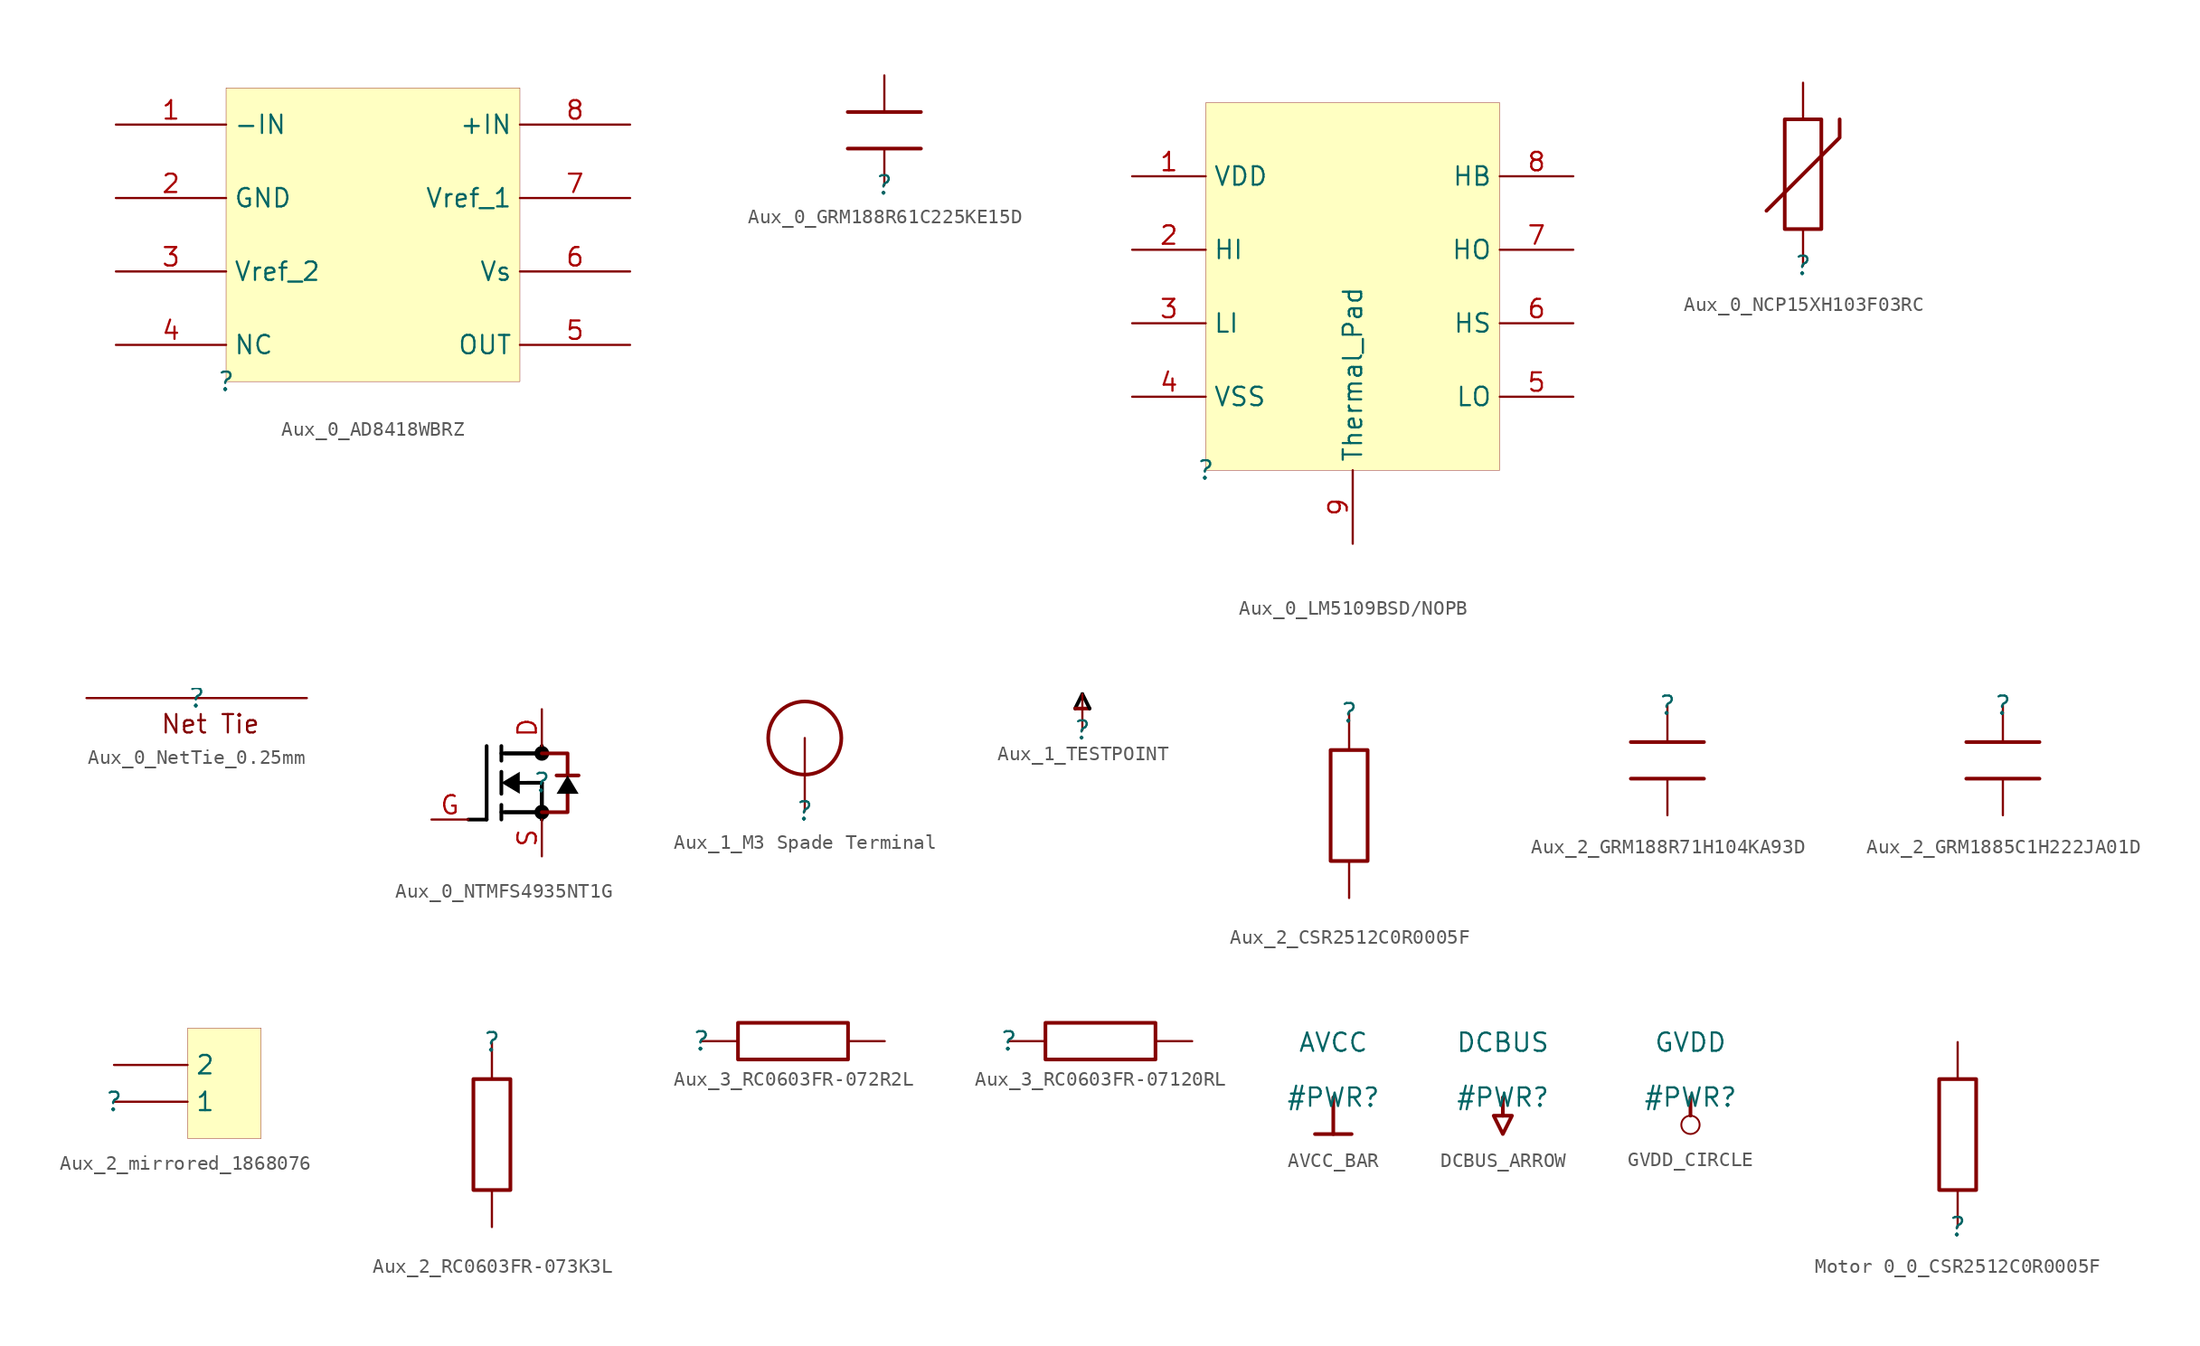
<source format=kicad_sym>
(kicad_symbol_lib
  (version 20231120)
  (generator "kicad_symbol_editor")
  (generator_version "8.0")
  (symbol "Aux_0_AD8418WBRZ"
    (property "Reference" ""
      (at 0 0 0)
      (effects (font (size 1.27 1.27))))
    (property "Value" ""
      (at 0 0 0)
      (effects (font (size 1.27 1.27))))
    (symbol "Aux_0_AD8418WBRZ_1_0"
      (rectangle (start 20.32 20.32) (end 0 0) (stroke (width 0.025) (type solid) (color 128 0 0 1)) (fill (type background)))
      (pin passive line (at -7.62 17.78 0) (length 7.62) (name "-IN" (effects (font (size 1.27 1.27)))) (number "1" (effects (font (size 1.27 1.27)))))
      (pin passive line (at -7.62 12.7 0) (length 7.62) (name "GND" (effects (font (size 1.27 1.27)))) (number "2" (effects (font (size 1.27 1.27)))))
      (pin passive line (at -7.62 7.62 0) (length 7.62) (name "Vref_2" (effects (font (size 1.27 1.27)))) (number "3" (effects (font (size 1.27 1.27)))))
      (pin passive line (at -7.62 2.54 0) (length 7.62) (name "NC" (effects (font (size 1.27 1.27)))) (number "4" (effects (font (size 1.27 1.27)))))
      (pin passive line (at 27.94 2.54 180) (length 7.62) (name "OUT" (effects (font (size 1.27 1.27)))) (number "5" (effects (font (size 1.27 1.27)))))
      (pin passive line (at 27.94 7.62 180) (length 7.62) (name "Vs" (effects (font (size 1.27 1.27)))) (number "6" (effects (font (size 1.27 1.27)))))
      (pin passive line (at 27.94 12.7 180) (length 7.62) (name "Vref_1" (effects (font (size 1.27 1.27)))) (number "7" (effects (font (size 1.27 1.27)))))
      (pin passive line (at 27.94 17.78 180) (length 7.62) (name "+IN" (effects (font (size 1.27 1.27)))) (number "8" (effects (font (size 1.27 1.27)))))))
  (symbol "Aux_0_GRM188R61C225KE15D"
    (property "Reference" ""
      (at 0 0 0)
      (effects (font (size 1.27 1.27))))
    (property "Value" ""
      (at 0 0 0)
      (effects (font (size 1.27 1.27))))
    (symbol "Aux_0_GRM188R61C225KE15D_1_0"
      (polyline (pts (xy -2.54 2.54) (xy 2.54 2.54)) (stroke (width 0.254) (type solid)) (fill (type none)))
      (polyline (pts (xy -2.54 5.08) (xy 2.54 5.08)) (stroke (width 0.254) (type solid)) (fill (type none)))
      (pin passive line (at 0 0 90) (length 2.54) (name "1" (effects (font (size 0 0)))) (number "1" (effects (font (size 0 0)))))
      (pin passive line (at 0 7.62 270) (length 2.54) (name "2" (effects (font (size 0 0)))) (number "2" (effects (font (size 0 0)))))))
  (symbol "Aux_0_LM5109BSD/NOPB"
    (property "Reference" ""
      (at 0 0 0)
      (effects (font (size 1.27 1.27))))
    (property "Value" ""
      (at 0 0 0)
      (effects (font (size 1.27 1.27))))
    (symbol "Aux_0_LM5109BSD/NOPB_1_0"
      (rectangle (start 20.32 25.4) (end 0 0) (stroke (width 0.025) (type solid) (color 128 0 0 1)) (fill (type background)))
      (pin passive line (at -5.08 20.32 0) (length 5.08) (name "VDD" (effects (font (size 1.27 1.27)))) (number "1" (effects (font (size 1.27 1.27)))))
      (pin passive line (at -5.08 15.24 0) (length 5.08) (name "HI" (effects (font (size 1.27 1.27)))) (number "2" (effects (font (size 1.27 1.27)))))
      (pin passive line (at -5.08 10.16 0) (length 5.08) (name "LI" (effects (font (size 1.27 1.27)))) (number "3" (effects (font (size 1.27 1.27)))))
      (pin passive line (at -5.08 5.08 0) (length 5.08) (name "VSS" (effects (font (size 1.27 1.27)))) (number "4" (effects (font (size 1.27 1.27)))))
      (pin passive line (at 25.4 5.08 180) (length 5.08) (name "LO" (effects (font (size 1.27 1.27)))) (number "5" (effects (font (size 1.27 1.27)))))
      (pin passive line (at 25.4 10.16 180) (length 5.08) (name "HS" (effects (font (size 1.27 1.27)))) (number "6" (effects (font (size 1.27 1.27)))))
      (pin passive line (at 25.4 15.24 180) (length 5.08) (name "HO" (effects (font (size 1.27 1.27)))) (number "7" (effects (font (size 1.27 1.27)))))
      (pin passive line (at 25.4 20.32 180) (length 5.08) (name "HB" (effects (font (size 1.27 1.27)))) (number "8" (effects (font (size 1.27 1.27)))))
      (pin passive line (at 10.16 -5.08 90) (length 5.08) (name "Thermal_Pad" (effects (font (size 1.27 1.27)))) (number "9" (effects (font (size 1.27 1.27)))))))
  (symbol "Aux_0_NCP15XH103F03RC"
    (property "Reference" ""
      (at 0 0 0)
      (effects (font (size 1.27 1.27))))
    (property "Value" ""
      (at 0 0 0)
      (effects (font (size 1.27 1.27))))
    (symbol "Aux_0_NCP15XH103F03RC_1_0"
      (polyline (pts (xy -2.54 3.81) (xy 2.54 8.89) (xy 2.54 10.16)) (stroke (width 0.254) (type solid)) (fill (type none)))
      (polyline (pts (xy 1.27 2.54) (xy -1.27 2.54) (xy -1.27 10.16) (xy 1.27 10.16) (xy 1.27 2.54)) (stroke (width 0.254) (type solid)) (fill (type none)))
      (pin passive line (at 0 0 90) (length 2.54) (name "0" (effects (font (size 0 0)))) (number "1" (effects (font (size 0 0)))))
      (pin passive line (at 0 12.7 270) (length 2.54) (name "0" (effects (font (size 0 0)))) (number "2" (effects (font (size 0 0)))))))
  (symbol "Aux_0_NetTie_0.25mm"
    (property "Reference" ""
      (at 0 0 0)
      (effects (font (size 1.27 1.27))))
    (property "Value" ""
      (at 0 0 0)
      (effects (font (size 1.27 1.27))))
    (symbol "Aux_0_NetTie_0.25mm_1_0"
      (text "Net Tie" (at -2.54 -2.54 0) (effects (font (size 1.27 1.27)) (justify left bottom)))
      (pin passive line (at -7.62 0 0) (length 7.62) (name "" (effects (font (size 0 0)))) (number "1" (effects (font (size 0 0)))))
      (pin passive line (at 7.62 0 180) (length 7.62) (name "" (effects (font (size 0 0)))) (number "2" (effects (font (size 0 0)))))))
  (symbol "Aux_0_NTMFS4935NT1G"
    (property "Reference" ""
      (at 0 0 0)
      (effects (font (size 1.27 1.27))))
    (property "Value" ""
      (at 0 0 0)
      (effects (font (size 1.27 1.27))))
    (symbol "Aux_0_NTMFS4935NT1G_1_0"
      (circle (center 0 -2.032) (radius 0.508) (stroke (width -0.0001) (type solid) (color 0 0 0 1)) (fill (type outline)))
      (polyline (pts (xy -5.08 -2.54) (xy -3.81 -2.54)) (stroke (width 0.254) (type solid) (color 0 0 0 1)) (fill (type none)))
      (polyline (pts (xy -3.81 -2.54) (xy -3.81 2.54)) (stroke (width 0.254) (type solid) (color 0 0 0 1)) (fill (type none)))
      (polyline (pts (xy -2.794 -2.032) (xy 0 -2.032)) (stroke (width 0.254) (type solid) (color 0 0 0 1)) (fill (type none)))
      (polyline (pts (xy -2.794 -1.524) (xy -2.794 -2.54)) (stroke (width 0.254) (type solid) (color 0 0 0 1)) (fill (type none)))
      (polyline (pts (xy -2.794 0.762) (xy -2.794 -0.762)) (stroke (width 0.254) (type solid) (color 0 0 0 1)) (fill (type none)))
      (polyline (pts (xy -2.794 2.54) (xy -2.794 1.524)) (stroke (width 0.254) (type solid) (color 0 0 0 1)) (fill (type none)))
      (polyline (pts (xy -2.54 -2.032) (xy -0.254 -2.032)) (stroke (width 0.254) (type solid) (color 0 0 0 1)) (fill (type none)))
      (polyline (pts (xy -1.524 0) (xy 0 0)) (stroke (width 0.254) (type solid) (color 0 0 0 1)) (fill (type none)))
      (polyline (pts (xy -1.016 0) (xy 0 0)) (stroke (width 0.254) (type solid) (color 0 0 0 1)) (fill (type none)))
      (polyline (pts (xy 0 0) (xy 0 -2.54)) (stroke (width 0.254) (type solid) (color 0 0 0 1)) (fill (type none)))
      (polyline (pts (xy 0 0) (xy 0 -2.54)) (stroke (width 0.254) (type solid) (color 0 0 0 1)) (fill (type none)))
      (polyline (pts (xy 0 2.032) (xy -2.794 2.032)) (stroke (width 0.254) (type solid) (color 0 0 0 1)) (fill (type none)))
      (polyline (pts (xy 0 2.032) (xy -2.54 2.032)) (stroke (width 0.254) (type solid) (color 0 0 0 1)) (fill (type none)))
      (polyline (pts (xy 0 2.54) (xy 0 2.032)) (stroke (width 0.254) (type solid) (color 0 0 0 1)) (fill (type none)))
      (polyline (pts (xy 0 2.54) (xy 0 2.032)) (stroke (width 0.254) (type solid) (color 0 0 0 1)) (fill (type none)))
      (polyline (pts (xy 1.016 0.508) (xy 2.54 0.508)) (stroke (width 0.254) (type solid)) (fill (type none)))
      (polyline (pts (xy 0 2.032) (xy 1.778 2.032) (xy 1.778 0.508)) (stroke (width 0.254) (type solid)) (fill (type none)))
      (polyline (pts (xy 1.778 -0.762) (xy 1.778 -2.032) (xy 0 -2.032)) (stroke (width 0.254) (type solid)) (fill (type none)))
      (polyline (pts (xy -1.524 -0.762) (xy -1.524 0.762) (xy -2.794 0) (xy -1.524 -0.762)) (stroke (width -0.0001) (type solid) (color 0 0 0 1)) (fill (type outline)))
      (polyline (pts (xy 2.54 -0.762) (xy 1.016 -0.762) (xy 1.778 0.508) (xy 2.54 -0.762)) (stroke (width -0.0001) (type solid) (color 0 0 0 1)) (fill (type outline)))
      (circle (center 0 2.032) (radius 0.508) (stroke (width -0.0001) (type solid) (color 0 0 0 1)) (fill (type outline)))
      (pin passive line (at 0 5.08 270) (length 2.54) (name "D" (effects (font (size 0 0)))) (number "D" (effects (font (size 1.27 1.27)))))
      (pin passive line (at -7.62 -2.54 0) (length 2.54) (name "G" (effects (font (size 0 0)))) (number "G" (effects (font (size 1.27 1.27)))))
      (pin passive line (at 0 -5.08 90) (length 2.54) (name "S" (effects (font (size 0 0)))) (number "S" (effects (font (size 1.27 1.27)))))))
  (symbol "Aux_1_M3 Spade Terminal"
    (property "Reference" ""
      (at 0 0 0)
      (effects (font (size 1.27 1.27))))
    (property "Value" ""
      (at 0 0 0)
      (effects (font (size 1.27 1.27))))
    (symbol "Aux_1_M3 Spade Terminal_1_0"
      (circle (center 0 5.08) (radius 2.538) (stroke (width 0.254) (type solid)) (fill (type none)))
      (pin passive line (at 0 0 90) (length 5.08) (name "1" (effects (font (size 0 0)))) (number "1" (effects (font (size 0 0)))))))
  (symbol "Aux_1_TESTPOINT"
    (property "Reference" ""
      (at 0 0 0)
      (effects (font (size 1.27 1.27))))
    (property "Value" ""
      (at 0 0 0)
      (effects (font (size 1.27 1.27))))
    (symbol "Aux_1_TESTPOINT_1_0"
      (polyline (pts (xy -0.508 1.524) (xy 0 2.54)) (stroke (width 0.254) (type solid) (color 0 0 0 1)) (fill (type none)))
      (polyline (pts (xy -0.508 1.524) (xy 0.508 1.524)) (stroke (width 0.254) (type solid)) (fill (type none)))
      (polyline (pts (xy 0 2.54) (xy 0.508 1.524)) (stroke (width 0.254) (type solid) (color 0 0 0 1)) (fill (type none)))
      (pin passive line (at 0 0 90) (length 2.54) (name "" (effects (font (size 0 0)))) (number "1" (effects (font (size 0 0)))))))
  (symbol "Aux_2_CSR2512C0R0005F"
    (property "Reference" ""
      (at 0 0 0)
      (effects (font (size 1.27 1.27))))
    (property "Value" ""
      (at 0 0 0)
      (effects (font (size 1.27 1.27))))
    (symbol "Aux_2_CSR2512C0R0005F_1_0"
      (polyline (pts (xy -1.27 -2.54) (xy 1.27 -2.54) (xy 1.27 -10.16) (xy -1.27 -10.16) (xy -1.27 -2.54)) (stroke (width 0.254) (type solid)) (fill (type none)))
      (pin passive line (at 0 0 270) (length 2.54) (name "0" (effects (font (size 0 0)))) (number "1" (effects (font (size 0 0)))))
      (pin passive line (at 0 -12.7 90) (length 2.54) (name "0" (effects (font (size 0 0)))) (number "2" (effects (font (size 0 0)))))))
  (symbol "Aux_2_GRM188R71H104KA93D"
    (property "Reference" ""
      (at 0 0 0)
      (effects (font (size 1.27 1.27))))
    (property "Value" ""
      (at 0 0 0)
      (effects (font (size 1.27 1.27))))
    (symbol "Aux_2_GRM188R71H104KA93D_1_0"
      (polyline (pts (xy 2.54 -5.08) (xy -2.54 -5.08)) (stroke (width 0.254) (type solid)) (fill (type none)))
      (polyline (pts (xy 2.54 -2.54) (xy -2.54 -2.54)) (stroke (width 0.254) (type solid)) (fill (type none)))
      (pin passive line (at 0 0 270) (length 2.54) (name "1" (effects (font (size 0 0)))) (number "1" (effects (font (size 0 0)))))
      (pin passive line (at 0 -7.62 90) (length 2.54) (name "2" (effects (font (size 0 0)))) (number "2" (effects (font (size 0 0)))))))
  (symbol "Aux_2_GRM1885C1H222JA01D"
    (property "Reference" ""
      (at 0 0 0)
      (effects (font (size 1.27 1.27))))
    (property "Value" ""
      (at 0 0 0)
      (effects (font (size 1.27 1.27))))
    (symbol "Aux_2_GRM1885C1H222JA01D_1_0"
      (polyline (pts (xy 2.54 -5.08) (xy -2.54 -5.08)) (stroke (width 0.254) (type solid)) (fill (type none)))
      (polyline (pts (xy 2.54 -2.54) (xy -2.54 -2.54)) (stroke (width 0.254) (type solid)) (fill (type none)))
      (pin passive line (at 0 0 270) (length 2.54) (name "1" (effects (font (size 0 0)))) (number "1" (effects (font (size 0 0)))))
      (pin passive line (at 0 -7.62 90) (length 2.54) (name "2" (effects (font (size 0 0)))) (number "2" (effects (font (size 0 0)))))))
  (symbol "Aux_2_mirrored_1868076"
    (property "Reference" ""
      (at 0 0 0)
      (effects (font (size 1.27 1.27))))
    (property "Value" ""
      (at 0 0 0)
      (effects (font (size 1.27 1.27))))
    (symbol "Aux_2_mirrored_1868076_1_0"
      (rectangle (start 10.16 5.08) (end 5.08 -2.54) (stroke (width 0.025) (type solid) (color 128 0 0 1)) (fill (type background)))
      (pin passive line (at 0 0 0) (length 5.08) (name "1" (effects (font (size 1.27 1.27)))) (number "1" (effects (font (size 0 0)))))
      (pin passive line (at 0 2.54 0) (length 5.08) (name "2" (effects (font (size 1.27 1.27)))) (number "2" (effects (font (size 0 0)))))))
  (symbol "Aux_2_RC0603FR-073K3L"
    (property "Reference" ""
      (at 0 0 0)
      (effects (font (size 1.27 1.27))))
    (property "Value" ""
      (at 0 0 0)
      (effects (font (size 1.27 1.27))))
    (symbol "Aux_2_RC0603FR-073K3L_1_0"
      (polyline (pts (xy -1.27 -2.54) (xy 1.27 -2.54) (xy 1.27 -10.16) (xy -1.27 -10.16) (xy -1.27 -2.54)) (stroke (width 0.254) (type solid)) (fill (type none)))
      (pin passive line (at 0 0 270) (length 2.54) (name "0" (effects (font (size 0 0)))) (number "1" (effects (font (size 0 0)))))
      (pin passive line (at 0 -12.7 90) (length 2.54) (name "0" (effects (font (size 0 0)))) (number "2" (effects (font (size 0 0)))))))
  (symbol "Aux_3_RC0603FR-072R2L"
    (property "Reference" ""
      (at 0 0 0)
      (effects (font (size 1.27 1.27))))
    (property "Value" ""
      (at 0 0 0)
      (effects (font (size 1.27 1.27))))
    (symbol "Aux_3_RC0603FR-072R2L_1_0"
      (polyline (pts (xy 2.54 -1.27) (xy 2.54 1.27) (xy 10.16 1.27) (xy 10.16 -1.27) (xy 2.54 -1.27)) (stroke (width 0.254) (type solid)) (fill (type none)))
      (pin passive line (at 0 0 0) (length 2.54) (name "0" (effects (font (size 0 0)))) (number "1" (effects (font (size 0 0)))))
      (pin passive line (at 12.7 0 180) (length 2.54) (name "0" (effects (font (size 0 0)))) (number "2" (effects (font (size 0 0)))))))
  (symbol "Aux_3_RC0603FR-07120RL"
    (property "Reference" ""
      (at 0 0 0)
      (effects (font (size 1.27 1.27))))
    (property "Value" ""
      (at 0 0 0)
      (effects (font (size 1.27 1.27))))
    (symbol "Aux_3_RC0603FR-07120RL_1_0"
      (polyline (pts (xy 2.54 -1.27) (xy 2.54 1.27) (xy 10.16 1.27) (xy 10.16 -1.27) (xy 2.54 -1.27)) (stroke (width 0.254) (type solid)) (fill (type none)))
      (pin passive line (at 0 0 0) (length 2.54) (name "0" (effects (font (size 0 0)))) (number "1" (effects (font (size 0 0)))))
      (pin passive line (at 12.7 0 180) (length 2.54) (name "0" (effects (font (size 0 0)))) (number "2" (effects (font (size 0 0)))))))
  (symbol "AVCC_BAR"
    (power)
    (property "Reference" "#PWR"
      (at 0 0 0)
      (effects (font (size 1.27 1.27))))
    (property "Value" "AVCC"
      (at 0 3.81 0)
      (effects (font (size 1.27 1.27))))
    (symbol "AVCC_BAR_0_0"
      (polyline (pts (xy -1.27 -2.54) (xy 1.27 -2.54)) (stroke (width 0.254) (type solid)) (fill (type none)))
      (polyline (pts (xy 0 0) (xy 0 -2.54)) (stroke (width 0.254) (type solid)) (fill (type none)))
      (pin power_in line (at 0 0 0) (length 0) hide (name "AVCC" (effects (font (size 1.27 1.27)))) (number "" (effects (font (size 1.27 1.27)))))))
  (symbol "DCBUS_ARROW"
    (power)
    (property "Reference" "#PWR"
      (at 0 0 0)
      (effects (font (size 1.27 1.27))))
    (property "Value" "DCBUS"
      (at 0 3.81 0)
      (effects (font (size 1.27 1.27))))
    (symbol "DCBUS_ARROW_0_0"
      (polyline (pts (xy 0 0) (xy 0 -1.27)) (stroke (width 0.254) (type solid)) (fill (type none)))
      (polyline (pts (xy -0.635 -1.27) (xy 0.635 -1.27) (xy 0 -2.54) (xy -0.635 -1.27)) (stroke (width 0.254) (type solid)) (fill (type none)))
      (pin power_in line (at 0 0 0) (length 0) hide (name "DCBUS" (effects (font (size 1.27 1.27)))) (number "" (effects (font (size 1.27 1.27)))))))
  (symbol "GVDD_CIRCLE"
    (power)
    (property "Reference" "#PWR"
      (at 0 0 0)
      (effects (font (size 1.27 1.27))))
    (property "Value" "GVDD"
      (at 0 3.81 0)
      (effects (font (size 1.27 1.27))))
    (symbol "GVDD_CIRCLE_0_0"
      (circle (center 0 -1.905) (radius 0.635) (stroke (width 0.127) (type solid)) (fill (type none)))
      (polyline (pts (xy 0 0) (xy 0 -1.27)) (stroke (width 0.254) (type solid)) (fill (type none)))
      (pin power_in line (at 0 0 0) (length 0) hide (name "GVDD" (effects (font (size 1.27 1.27)))) (number "" (effects (font (size 1.27 1.27)))))))
  (symbol "Motor 0_0_CSR2512C0R0005F"
    (property "Reference" ""
      (at 0 0 0)
      (effects (font (size 1.27 1.27))))
    (property "Value" ""
      (at 0 0 0)
      (effects (font (size 1.27 1.27))))
    (symbol "Motor 0_0_CSR2512C0R0005F_1_0"
      (polyline (pts (xy 1.27 2.54) (xy -1.27 2.54) (xy -1.27 10.16) (xy 1.27 10.16) (xy 1.27 2.54)) (stroke (width 0.254) (type solid)) (fill (type none)))
      (pin passive line (at 0 0 90) (length 2.54) (name "0" (effects (font (size 0 0)))) (number "1" (effects (font (size 0 0)))))
      (pin passive line (at 0 12.7 270) (length 2.54) (name "0" (effects (font (size 0 0)))) (number "2" (effects (font (size 0 0))))))))
</source>
